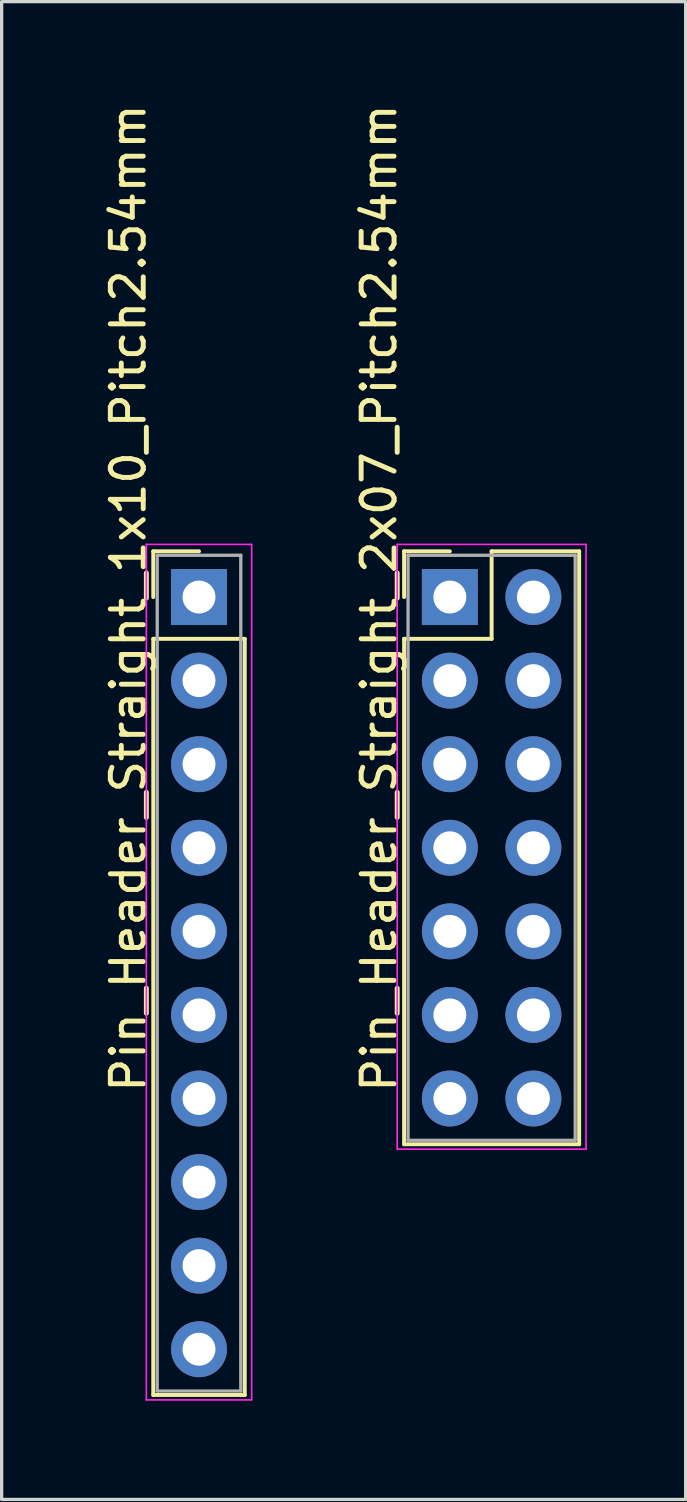
<source format=kicad_pcb>
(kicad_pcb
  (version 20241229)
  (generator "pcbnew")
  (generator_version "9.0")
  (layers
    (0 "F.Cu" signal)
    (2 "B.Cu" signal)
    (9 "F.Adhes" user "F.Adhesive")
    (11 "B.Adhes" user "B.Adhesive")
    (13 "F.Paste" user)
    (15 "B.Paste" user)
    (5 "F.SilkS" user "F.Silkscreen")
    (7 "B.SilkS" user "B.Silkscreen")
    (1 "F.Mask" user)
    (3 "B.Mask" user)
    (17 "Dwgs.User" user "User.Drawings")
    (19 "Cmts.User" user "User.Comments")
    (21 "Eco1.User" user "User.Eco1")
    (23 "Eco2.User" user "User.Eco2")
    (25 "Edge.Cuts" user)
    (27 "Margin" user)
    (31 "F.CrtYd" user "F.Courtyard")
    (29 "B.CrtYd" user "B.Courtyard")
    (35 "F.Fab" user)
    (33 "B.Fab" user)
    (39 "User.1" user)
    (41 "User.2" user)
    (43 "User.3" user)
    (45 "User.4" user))
  (footprint "Pin_Header_Straight_1x10_Pitch2.54mm"
    (layer "F.Cu")
    (at 2.998 15.095)
    (property "Reference" "Pin_Header_Straight_1x10_Pitch2.54mm" (at -2.15 0.03 90) (layer "F.SilkS") (effects (font (size 1 1) (thickness 0.15))))
    (attr through_hole)
    (fp_line (start -1.39 -1.39) (end 0 -1.39) (stroke (width 0.12) (type solid)) (layer "F.SilkS"))
    (fp_line (start -1.39 0) (end -1.39 -1.39) (stroke (width 0.12) (type solid)) (layer "F.SilkS"))
    (fp_line (start -1.39 1.27) (end -1.39 24.25) (stroke (width 0.12) (type solid)) (layer "F.SilkS"))
    (fp_line (start -1.39 24.25) (end 1.39 24.25) (stroke (width 0.12) (type solid)) (layer "F.SilkS"))
    (fp_line (start 1.39 1.27) (end -1.39 1.27) (stroke (width 0.12) (type solid)) (layer "F.SilkS"))
    (fp_line (start 1.39 24.25) (end 1.39 1.27) (stroke (width 0.12) (type solid)) (layer "F.SilkS"))
    (fp_line (start -1.6 -1.6) (end -1.6 24.4) (stroke (width 0.05) (type solid)) (layer "F.CrtYd"))
    (fp_line (start -1.6 24.4) (end 1.6 24.4) (stroke (width 0.05) (type solid)) (layer "F.CrtYd"))
    (fp_line (start 1.6 -1.6) (end -1.6 -1.6) (stroke (width 0.05) (type solid)) (layer "F.CrtYd"))
    (fp_line (start 1.6 24.4) (end 1.6 -1.6) (stroke (width 0.05) (type solid)) (layer "F.CrtYd"))
    (fp_line (start -1.27 -1.27) (end -1.27 24.13) (stroke (width 0.1) (type solid)) (layer "F.Fab"))
    (fp_line (start -1.27 24.13) (end 1.27 24.13) (stroke (width 0.1) (type solid)) (layer "F.Fab"))
    (fp_line (start 1.27 -1.27) (end -1.27 -1.27) (stroke (width 0.1) (type solid)) (layer "F.Fab"))
    (fp_line (start 1.27 24.13) (end 1.27 -1.27) (stroke (width 0.1) (type solid)) (layer "F.Fab"))
    (pad "1" thru_hole rect (at 0 0) (size 1.7 1.7) (drill 1) (layers "*.Cu" "*.Mask"))
    (pad "2" thru_hole oval (at 0 2.54) (size 1.7 1.7) (drill 1) (layers "*.Cu" "*.Mask"))
    (pad "3" thru_hole oval (at 0 5.08) (size 1.7 1.7) (drill 1) (layers "*.Cu" "*.Mask"))
    (pad "4" thru_hole oval (at 0 7.62) (size 1.7 1.7) (drill 1) (layers "*.Cu" "*.Mask"))
    (pad "5" thru_hole oval (at 0 10.16) (size 1.7 1.7) (drill 1) (layers "*.Cu" "*.Mask"))
    (pad "6" thru_hole oval (at 0 12.7) (size 1.7 1.7) (drill 1) (layers "*.Cu" "*.Mask"))
    (pad "7" thru_hole oval (at 0 15.24) (size 1.7 1.7) (drill 1) (layers "*.Cu" "*.Mask"))
    (pad "8" thru_hole oval (at 0 17.78) (size 1.7 1.7) (drill 1) (layers "*.Cu" "*.Mask"))
    (pad "9" thru_hole oval (at 0 20.32) (size 1.7 1.7) (drill 1) (layers "*.Cu" "*.Mask"))
    (pad "10" thru_hole oval (at 0 22.86) (size 1.7 1.7) (drill 1) (layers "*.Cu" "*.Mask")))
  (footprint "Pin_Header_Straight_2x07_Pitch2.54mm"
    (layer "F.Cu")
    (at 10.621 15.095)
    (property "Reference" "Pin_Header_Straight_2x07_Pitch2.54mm" (at -2.15 0.03 90) (layer "F.SilkS") (effects (font (size 1 1) (thickness 0.15))))
    (attr through_hole)
    (fp_line (start -1.39 -1.39) (end 0 -1.39) (stroke (width 0.12) (type solid)) (layer "F.SilkS"))
    (fp_line (start -1.39 0) (end -1.39 -1.39) (stroke (width 0.12) (type solid)) (layer "F.SilkS"))
    (fp_line (start -1.39 1.27) (end -1.39 16.63) (stroke (width 0.12) (type solid)) (layer "F.SilkS"))
    (fp_line (start -1.39 16.63) (end 3.93 16.63) (stroke (width 0.12) (type solid)) (layer "F.SilkS"))
    (fp_line (start 1.27 -1.39) (end 3.93 -1.39) (stroke (width 0.12) (type solid)) (layer "F.SilkS"))
    (fp_line (start 1.27 1.27) (end -1.39 1.27) (stroke (width 0.12) (type solid)) (layer "F.SilkS"))
    (fp_line (start 1.27 1.27) (end 1.27 -1.39) (stroke (width 0.12) (type solid)) (layer "F.SilkS"))
    (fp_line (start 3.93 16.63) (end 3.93 -1.39) (stroke (width 0.12) (type solid)) (layer "F.SilkS"))
    (fp_line (start -1.6 -1.6) (end -1.6 16.78) (stroke (width 0.05) (type solid)) (layer "F.CrtYd"))
    (fp_line (start -1.6 16.78) (end 4.14 16.78) (stroke (width 0.05) (type solid)) (layer "F.CrtYd"))
    (fp_line (start 4.14 -1.6) (end -1.6 -1.6) (stroke (width 0.05) (type solid)) (layer "F.CrtYd"))
    (fp_line (start 4.14 16.78) (end 4.14 -1.6) (stroke (width 0.05) (type solid)) (layer "F.CrtYd"))
    (fp_line (start -1.27 -1.27) (end -1.27 16.51) (stroke (width 0.1) (type solid)) (layer "F.Fab"))
    (fp_line (start -1.27 16.51) (end 3.81 16.51) (stroke (width 0.1) (type solid)) (layer "F.Fab"))
    (fp_line (start 3.81 -1.27) (end -1.27 -1.27) (stroke (width 0.1) (type solid)) (layer "F.Fab"))
    (fp_line (start 3.81 16.51) (end 3.81 -1.27) (stroke (width 0.1) (type solid)) (layer "F.Fab"))
    (pad "1" thru_hole rect (at 0 0) (size 1.7 1.7) (drill 1) (layers "*.Cu" "*.Mask"))
    (pad "2" thru_hole oval (at 2.54 0) (size 1.7 1.7) (drill 1) (layers "*.Cu" "*.Mask"))
    (pad "3" thru_hole oval (at 0 2.54) (size 1.7 1.7) (drill 1) (layers "*.Cu" "*.Mask"))
    (pad "4" thru_hole oval (at 2.54 2.54) (size 1.7 1.7) (drill 1) (layers "*.Cu" "*.Mask"))
    (pad "5" thru_hole oval (at 0 5.08) (size 1.7 1.7) (drill 1) (layers "*.Cu" "*.Mask"))
    (pad "6" thru_hole oval (at 2.54 5.08) (size 1.7 1.7) (drill 1) (layers "*.Cu" "*.Mask"))
    (pad "7" thru_hole oval (at 0 7.62) (size 1.7 1.7) (drill 1) (layers "*.Cu" "*.Mask"))
    (pad "8" thru_hole oval (at 2.54 7.62) (size 1.7 1.7) (drill 1) (layers "*.Cu" "*.Mask"))
    (pad "9" thru_hole oval (at 0 10.16) (size 1.7 1.7) (drill 1) (layers "*.Cu" "*.Mask"))
    (pad "10" thru_hole oval (at 2.54 10.16) (size 1.7 1.7) (drill 1) (layers "*.Cu" "*.Mask"))
    (pad "11" thru_hole oval (at 0 12.7) (size 1.7 1.7) (drill 1) (layers "*.Cu" "*.Mask"))
    (pad "12" thru_hole oval (at 2.54 12.7) (size 1.7 1.7) (drill 1) (layers "*.Cu" "*.Mask"))
    (pad "13" thru_hole oval (at 0 15.24) (size 1.7 1.7) (drill 1) (layers "*.Cu" "*.Mask"))
    (pad "14" thru_hole oval (at 2.54 15.24) (size 1.7 1.7) (drill 1) (layers "*.Cu" "*.Mask")))
  (gr_rect
    (start -3 -3)
    (end 17.787 42.52)
    (stroke (width 0.1) (type default))
    (fill no)
    (layer "Edge.Cuts")))
</source>
